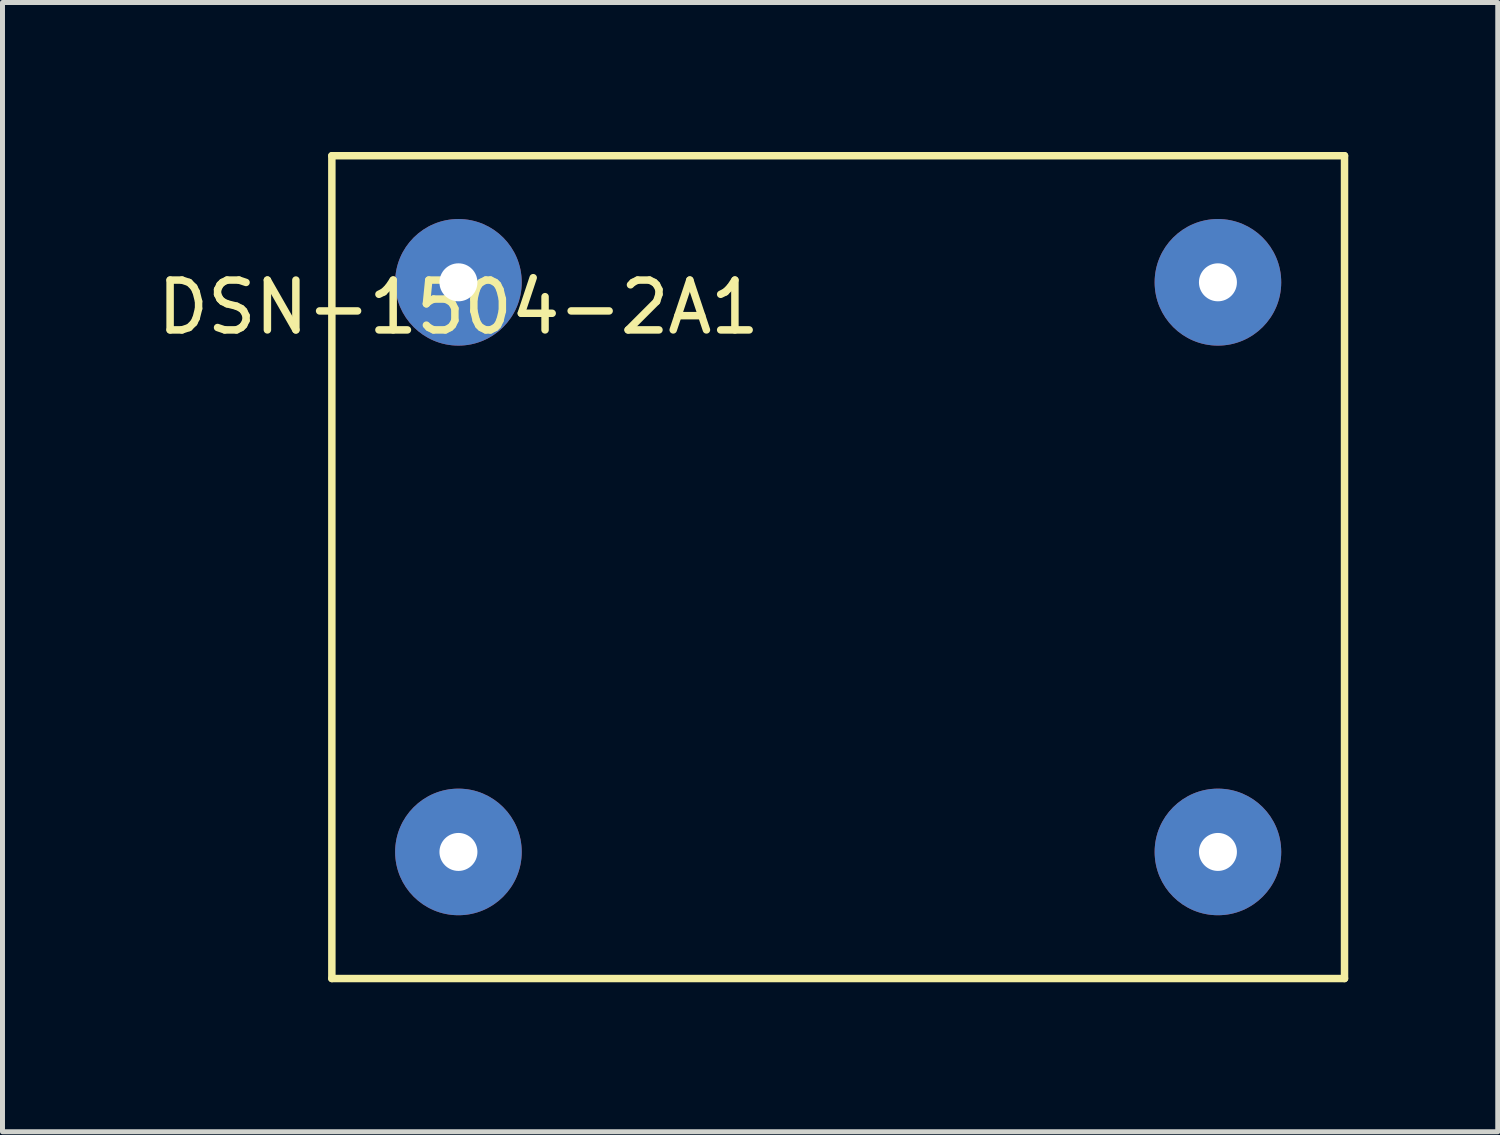
<source format=kicad_pcb>
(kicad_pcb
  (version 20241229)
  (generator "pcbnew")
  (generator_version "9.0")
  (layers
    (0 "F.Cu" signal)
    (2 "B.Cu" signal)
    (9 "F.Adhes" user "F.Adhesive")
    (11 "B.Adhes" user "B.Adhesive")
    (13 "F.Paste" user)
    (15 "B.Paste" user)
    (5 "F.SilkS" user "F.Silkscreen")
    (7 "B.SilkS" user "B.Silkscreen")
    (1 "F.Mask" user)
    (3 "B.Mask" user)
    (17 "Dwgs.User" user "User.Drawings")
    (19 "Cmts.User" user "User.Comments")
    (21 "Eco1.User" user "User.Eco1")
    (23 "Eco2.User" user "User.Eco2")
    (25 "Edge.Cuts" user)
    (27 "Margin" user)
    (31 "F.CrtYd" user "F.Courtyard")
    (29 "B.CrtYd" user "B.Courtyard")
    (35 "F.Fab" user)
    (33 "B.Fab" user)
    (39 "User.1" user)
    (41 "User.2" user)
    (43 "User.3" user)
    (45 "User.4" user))
  (footprint "DSN-1504-2A1"
    (layer "F.Cu")
    (at 6.149 2.615)
    (property "Reference" "DSN-1504-2A1" (at 0 0.5 0) (layer "F.SilkS") (effects (font (size 1 1) (thickness 0.15))))
    (attr through_hole)
    (fp_line (start -2.54 -2.54) (end 17.78 -2.54) (stroke (width 0.15) (type solid)) (layer "F.SilkS"))
    (fp_line (start -2.54 13.97) (end -2.54 -2.54) (stroke (width 0.15) (type solid)) (layer "F.SilkS"))
    (fp_line (start 17.78 -2.54) (end 17.78 13.97) (stroke (width 0.15) (type solid)) (layer "F.SilkS"))
    (fp_line (start 17.78 13.97) (end -2.54 13.97) (stroke (width 0.15) (type solid)) (layer "F.SilkS"))
    (pad "4" thru_hole circle (at 0 0) (size 2.54 2.54) (drill 0.762) (layers "*.Cu" "*.Mask"))
    (pad "5" thru_hole circle (at 15.24 0) (size 2.54 2.54) (drill 0.762) (layers "*.Cu" "*.Mask"))
    (pad "6" thru_hole circle (at 15.24 11.43) (size 2.54 2.54) (drill 0.762) (layers "*.Cu" "*.Mask"))
    (pad "7" thru_hole circle (at 0 11.43) (size 2.54 2.54) (drill 0.762) (layers "*.Cu" "*.Mask")))
  (gr_rect
    (start -3 -3)
    (end 27.004 19.66)
    (stroke (width 0.1) (type default))
    (fill no)
    (layer "Edge.Cuts")))
</source>
